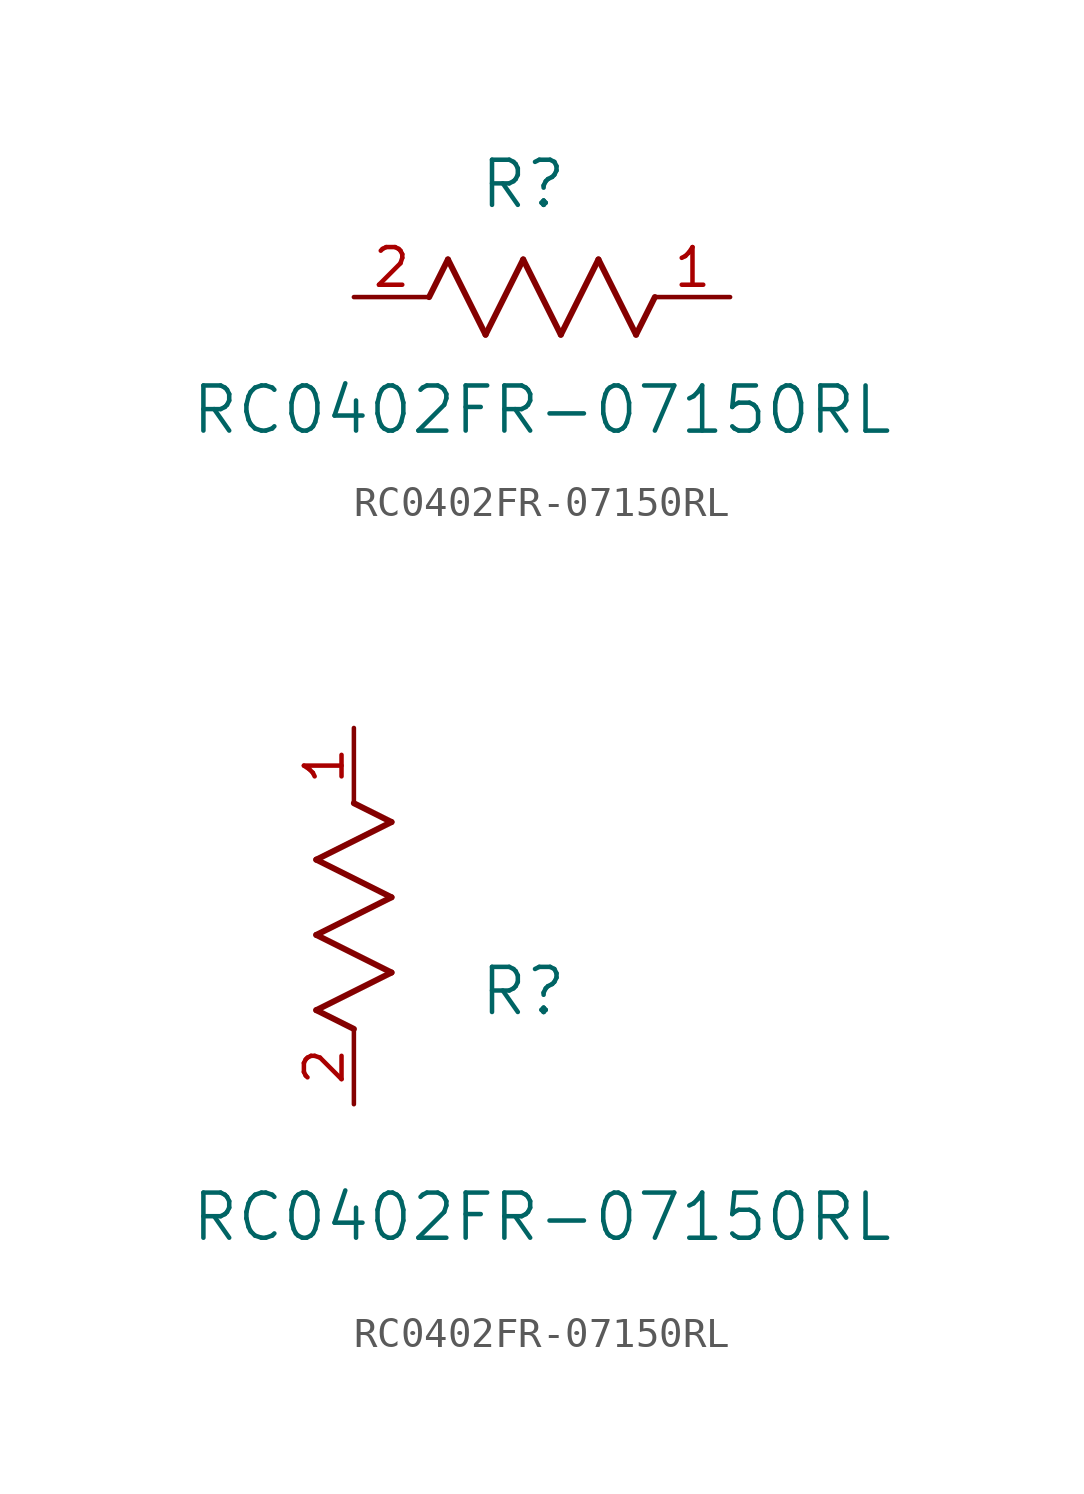
<source format=kicad_sym>
(kicad_symbol_lib
  (version 20211014)
  (generator kicad_symbol_editor)
  (symbol "RC0402FR-07150RL"
    (pin_names
      (offset 0.254))
    (property "Reference" "R"
      (at 5.715 3.81 0)
      (effects (font (size 1.524 1.524))))
    (property "Value" "RC0402FR-07150RL"
      (at 6.35 -3.81 0)
      (effects (font (size 1.524 1.524))))
    (symbol "RC0402FR-07150RL_1_1"
      (polyline (pts (xy 3.175 1.27) (xy 4.445 -1.27)) (stroke (width 0.203) (type default) (color 0 0 0 0)) (fill (type none)))
      (polyline (pts (xy 4.445 -1.27) (xy 5.715 1.27)) (stroke (width 0.203) (type default) (color 0 0 0 0)) (fill (type none)))
      (polyline (pts (xy 5.715 1.27) (xy 6.985 -1.27)) (stroke (width 0.203) (type default) (color 0 0 0 0)) (fill (type none)))
      (polyline (pts (xy 6.985 -1.27) (xy 8.255 1.27)) (stroke (width 0.203) (type default) (color 0 0 0 0)) (fill (type none)))
      (polyline (pts (xy 8.255 1.27) (xy 9.525 -1.27)) (stroke (width 0.203) (type default) (color 0 0 0 0)) (fill (type none)))
      (polyline (pts (xy 2.54 0) (xy 3.175 1.27)) (stroke (width 0.203) (type default) (color 0 0 0 0)) (fill (type none)))
      (polyline (pts (xy 9.525 -1.27) (xy 10.16 0)) (stroke (width 0.203) (type default) (color 0 0 0 0)) (fill (type none)))
      (pin unspecified line (at 12.7 0 180) (length 2.54) (name "" (effects (font (size 1.27 1.27)))) (number "1" (effects (font (size 1.27 1.27)))))
      (pin unspecified line (at 0 0 0) (length 2.54) (name "" (effects (font (size 1.27 1.27)))) (number "2" (effects (font (size 1.27 1.27))))))
    (symbol "RC0402FR-07150RL_1_2"
      (polyline (pts (xy 0 2.54) (xy -1.27 3.175)) (stroke (width 0.203) (type default) (color 0 0 0 0)) (fill (type none)))
      (polyline (pts (xy -1.27 3.175) (xy 1.27 4.445)) (stroke (width 0.203) (type default) (color 0 0 0 0)) (fill (type none)))
      (polyline (pts (xy 1.27 4.445) (xy -1.27 5.715)) (stroke (width 0.203) (type default) (color 0 0 0 0)) (fill (type none)))
      (polyline (pts (xy -1.27 5.715) (xy 1.27 6.985)) (stroke (width 0.203) (type default) (color 0 0 0 0)) (fill (type none)))
      (polyline (pts (xy -1.27 8.255) (xy 1.27 9.525)) (stroke (width 0.203) (type default) (color 0 0 0 0)) (fill (type none)))
      (polyline (pts (xy 1.27 9.525) (xy 0 10.16)) (stroke (width 0.203) (type default) (color 0 0 0 0)) (fill (type none)))
      (polyline (pts (xy 1.27 6.985) (xy -1.27 8.255)) (stroke (width 0.203) (type default) (color 0 0 0 0)) (fill (type none)))
      (pin unspecified line (at 0 12.7 270) (length 2.54) (name "" (effects (font (size 1.27 1.27)))) (number "1" (effects (font (size 1.27 1.27)))))
      (pin unspecified line (at 0 0 90) (length 2.54) (name "" (effects (font (size 1.27 1.27)))) (number "2" (effects (font (size 1.27 1.27))))))))
</source>
